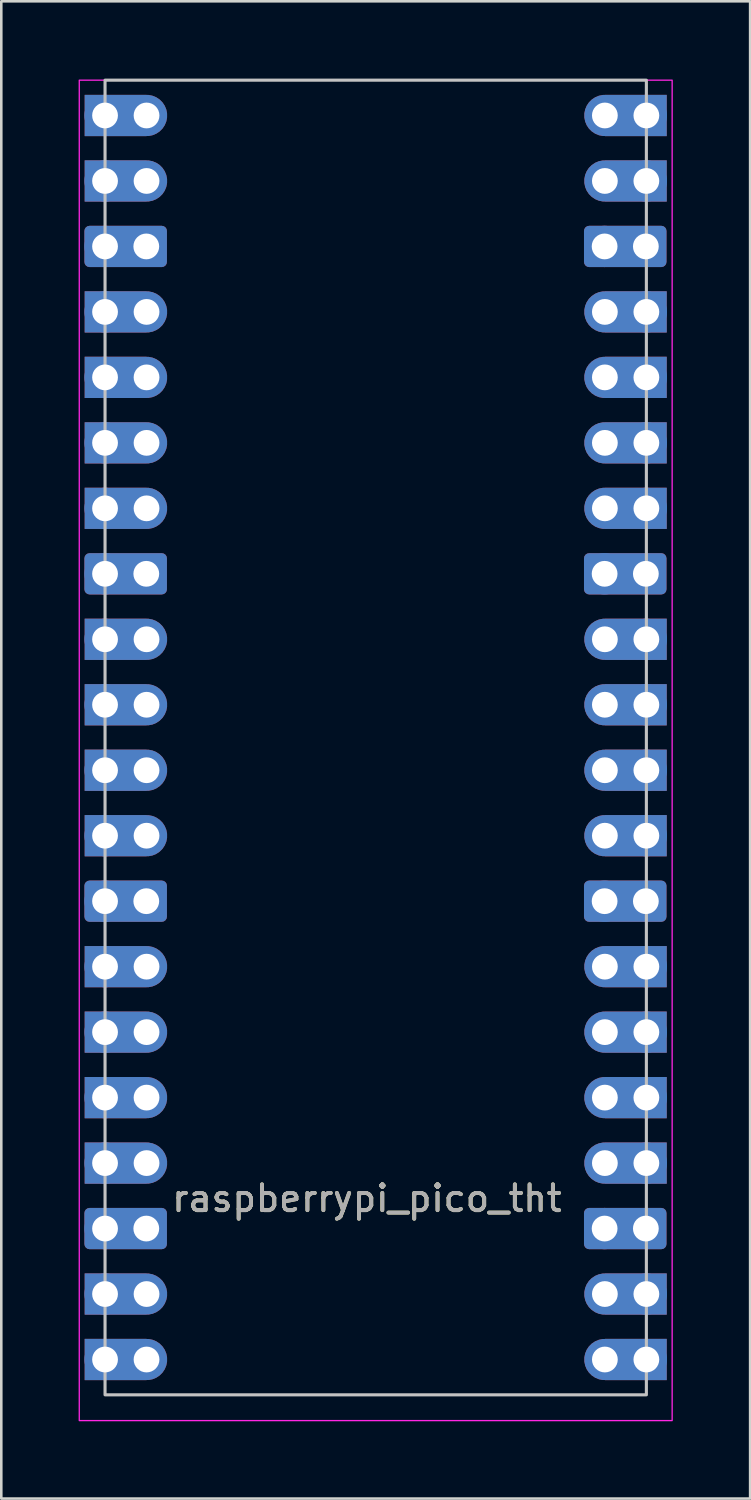
<source format=kicad_pcb>
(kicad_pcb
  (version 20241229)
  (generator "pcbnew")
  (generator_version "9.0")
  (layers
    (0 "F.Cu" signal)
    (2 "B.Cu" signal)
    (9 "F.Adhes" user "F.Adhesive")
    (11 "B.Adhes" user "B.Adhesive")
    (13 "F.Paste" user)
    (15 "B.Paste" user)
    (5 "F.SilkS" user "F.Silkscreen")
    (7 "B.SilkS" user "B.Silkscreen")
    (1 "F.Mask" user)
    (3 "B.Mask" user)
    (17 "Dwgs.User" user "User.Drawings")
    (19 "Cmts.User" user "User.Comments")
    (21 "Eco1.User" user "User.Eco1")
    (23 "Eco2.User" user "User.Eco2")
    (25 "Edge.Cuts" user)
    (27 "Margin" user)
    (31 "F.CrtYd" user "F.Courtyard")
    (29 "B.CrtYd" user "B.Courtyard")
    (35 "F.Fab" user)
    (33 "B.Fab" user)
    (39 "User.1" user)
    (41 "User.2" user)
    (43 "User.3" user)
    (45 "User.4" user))
  (footprint "raspberrypi_pico_tht"
    (layer "F.Cu")
    (at 1.025 51.06)
    (property "Reference" "raspberrypi_pico_tht" (at 10.16 -7.62 0) (unlocked yes) (layer "F.SilkS") (effects (font (size 1 1) (thickness 0.15))))
    (fp_rect (start 0 0) (end 21 -51) (stroke (width 0.12) (type solid)) (fill no) (layer "Dwgs.User"))
    (fp_rect (start -1 1) (end 22 -51) (stroke (width 0.05) (type solid)) (fill no) (layer "F.CrtYd"))
    (fp_text user "${REFERENCE}" (at 10.16 -7.62 0) (unlocked yes) (layer "F.Fab") (effects (font (size 1 1) (thickness 0.15))))
    (pad "1" thru_hole circle (at 0 -49.63) (size 1.6 1.6) (drill 1) (layers "*.Cu" "*.Mask"))
    (pad "1" thru_hole custom (at 1.61 -49.63 270) (size 1.6 1.6) (drill 1) (layers "*.Cu" "*.Mask") (options (anchor circle)) (primitives (gr_poly (pts (xy 0.8 2.4) (xy -0.8 2.4) (xy -0.8 0) (xy 0.8 0)) (width 0) (fill yes))))
    (pad "2" thru_hole circle (at 0 -47.09) (size 1.6 1.6) (drill 1) (layers "*.Cu" "*.Mask"))
    (pad "2" thru_hole custom (at 1.61 -47.09 270) (size 1.6 1.6) (drill 1) (layers "*.Cu" "*.Mask") (options (anchor circle)) (primitives (gr_poly (pts (xy 0.8 2.4) (xy -0.8 2.4) (xy -0.8 0) (xy 0.8 0)) (width 0) (fill yes))))
    (pad "3" thru_hole circle (at 0 -44.55 270) (size 1.6 1.6) (drill 1) (layers "*.Cu" "*.Mask"))
    (pad "3" thru_hole roundrect (at 1.6 -44.55) (size 3.2 1.6) (drill 1 (offset -0.8 0)) (layers "*.Cu" "*.Mask") (roundrect_rratio 0.125))
    (pad "4" thru_hole circle (at 0 -42.01) (size 1.6 1.6) (drill 1) (layers "*.Cu" "*.Mask"))
    (pad "4" thru_hole custom (at 1.61 -42.01 270) (size 1.6 1.6) (drill 1) (layers "*.Cu" "*.Mask") (options (anchor circle)) (primitives (gr_poly (pts (xy 0.8 2.4) (xy -0.8 2.4) (xy -0.8 0) (xy 0.8 0)) (width 0) (fill yes))))
    (pad "5" thru_hole circle (at 0 -39.47) (size 1.6 1.6) (drill 1) (layers "*.Cu" "*.Mask"))
    (pad "5" thru_hole custom (at 1.61 -39.47 270) (size 1.6 1.6) (drill 1) (layers "*.Cu" "*.Mask") (options (anchor circle)) (primitives (gr_poly (pts (xy 0.8 2.4) (xy -0.8 2.4) (xy -0.8 0) (xy 0.8 0)) (width 0) (fill yes))))
    (pad "6" thru_hole circle (at 0 -36.93) (size 1.6 1.6) (drill 1) (layers "*.Cu" "*.Mask"))
    (pad "6" thru_hole custom (at 1.61 -36.93 270) (size 1.6 1.6) (drill 1) (layers "*.Cu" "*.Mask") (options (anchor circle)) (primitives (gr_poly (pts (xy 0.8 2.4) (xy -0.8 2.4) (xy -0.8 0) (xy 0.8 0)) (width 0) (fill yes))))
    (pad "7" thru_hole circle (at 0 -34.39) (size 1.6 1.6) (drill 1) (layers "*.Cu" "*.Mask"))
    (pad "7" thru_hole custom (at 1.61 -34.39 270) (size 1.6 1.6) (drill 1) (layers "*.Cu" "*.Mask") (options (anchor circle)) (primitives (gr_poly (pts (xy 0.8 2.4) (xy -0.8 2.4) (xy -0.8 0) (xy 0.8 0)) (width 0) (fill yes))))
    (pad "8" thru_hole circle (at 0 -31.85 270) (size 1.6 1.6) (drill 1) (layers "*.Cu" "*.Mask"))
    (pad "8" thru_hole roundrect (at 1.6 -31.85) (size 3.2 1.6) (drill 1 (offset -0.8 0)) (layers "*.Cu" "*.Mask") (roundrect_rratio 0.125))
    (pad "9" thru_hole circle (at 0 -29.31) (size 1.6 1.6) (drill 1) (layers "*.Cu" "*.Mask"))
    (pad "9" thru_hole custom (at 1.61 -29.31 270) (size 1.6 1.6) (drill 1) (layers "*.Cu" "*.Mask") (options (anchor circle)) (primitives (gr_poly (pts (xy 0.8 2.4) (xy -0.8 2.4) (xy -0.8 0) (xy 0.8 0)) (width 0) (fill yes))))
    (pad "10" thru_hole circle (at 0 -26.77) (size 1.6 1.6) (drill 1) (layers "*.Cu" "*.Mask"))
    (pad "10" thru_hole custom (at 1.61 -26.77 270) (size 1.6 1.6) (drill 1) (layers "*.Cu" "*.Mask") (options (anchor circle)) (primitives (gr_poly (pts (xy 0.8 2.4) (xy -0.8 2.4) (xy -0.8 0) (xy 0.8 0)) (width 0) (fill yes))))
    (pad "11" thru_hole circle (at 0 -24.23) (size 1.6 1.6) (drill 1) (layers "*.Cu" "*.Mask"))
    (pad "11" thru_hole custom (at 1.61 -24.23 270) (size 1.6 1.6) (drill 1) (layers "*.Cu" "*.Mask") (options (anchor circle)) (primitives (gr_poly (pts (xy 0.8 2.4) (xy -0.8 2.4) (xy -0.8 0) (xy 0.8 0)) (width 0) (fill yes))))
    (pad "12" thru_hole circle (at 0 -21.69) (size 1.6 1.6) (drill 1) (layers "*.Cu" "*.Mask"))
    (pad "12" thru_hole custom (at 1.61 -21.69 270) (size 1.6 1.6) (drill 1) (layers "*.Cu" "*.Mask") (options (anchor circle)) (primitives (gr_poly (pts (xy 0.8 2.4) (xy -0.8 2.4) (xy -0.8 0) (xy 0.8 0)) (width 0) (fill yes))))
    (pad "13" thru_hole circle (at 0 -19.15 270) (size 1.6 1.6) (drill 1) (layers "*.Cu" "*.Mask"))
    (pad "13" thru_hole roundrect (at 1.6 -19.15) (size 3.2 1.6) (drill 1 (offset -0.8 0)) (layers "*.Cu" "*.Mask") (roundrect_rratio 0.125))
    (pad "14" thru_hole circle (at 0 -16.61) (size 1.6 1.6) (drill 1) (layers "*.Cu" "*.Mask"))
    (pad "14" thru_hole custom (at 1.61 -16.61 270) (size 1.6 1.6) (drill 1) (layers "*.Cu" "*.Mask") (options (anchor circle)) (primitives (gr_poly (pts (xy 0.8 2.4) (xy -0.8 2.4) (xy -0.8 0) (xy 0.8 0)) (width 0) (fill yes))))
    (pad "15" thru_hole circle (at 0 -14.07) (size 1.6 1.6) (drill 1) (layers "*.Cu" "*.Mask"))
    (pad "15" thru_hole custom (at 1.61 -14.07 270) (size 1.6 1.6) (drill 1) (layers "*.Cu" "*.Mask") (options (anchor circle)) (primitives (gr_poly (pts (xy 0.8 2.4) (xy -0.8 2.4) (xy -0.8 0) (xy 0.8 0)) (width 0) (fill yes))))
    (pad "16" thru_hole circle (at 0 -11.53) (size 1.6 1.6) (drill 1) (layers "*.Cu" "*.Mask"))
    (pad "16" thru_hole custom (at 1.61 -11.53 270) (size 1.6 1.6) (drill 1) (layers "*.Cu" "*.Mask") (options (anchor circle)) (primitives (gr_poly (pts (xy 0.8 2.4) (xy -0.8 2.4) (xy -0.8 0) (xy 0.8 0)) (width 0) (fill yes))))
    (pad "17" thru_hole circle (at 0 -8.99) (size 1.6 1.6) (drill 1) (layers "*.Cu" "*.Mask"))
    (pad "17" thru_hole custom (at 1.61 -8.99 270) (size 1.6 1.6) (drill 1) (layers "*.Cu" "*.Mask") (options (anchor circle)) (primitives (gr_poly (pts (xy 0.8 2.4) (xy -0.8 2.4) (xy -0.8 0) (xy 0.8 0)) (width 0) (fill yes))))
    (pad "18" thru_hole circle (at 0 -6.45 270) (size 1.6 1.6) (drill 1) (layers "*.Cu" "*.Mask"))
    (pad "18" thru_hole roundrect (at 1.6 -6.45) (size 3.2 1.6) (drill 1 (offset -0.8 0)) (layers "*.Cu" "*.Mask") (roundrect_rratio 0.125))
    (pad "19" thru_hole circle (at 0 -3.91) (size 1.6 1.6) (drill 1) (layers "*.Cu" "*.Mask"))
    (pad "19" thru_hole custom (at 1.61 -3.91 270) (size 1.6 1.6) (drill 1) (layers "*.Cu" "*.Mask") (options (anchor circle)) (primitives (gr_poly (pts (xy 0.8 2.4) (xy -0.8 2.4) (xy -0.8 0) (xy 0.8 0)) (width 0) (fill yes))))
    (pad "20" thru_hole circle (at 0 -1.37) (size 1.6 1.6) (drill 1) (layers "*.Cu" "*.Mask"))
    (pad "20" thru_hole custom (at 1.61 -1.37 270) (size 1.6 1.6) (drill 1) (layers "*.Cu" "*.Mask") (options (anchor circle)) (primitives (gr_poly (pts (xy 0.8 2.4) (xy -0.8 2.4) (xy -0.8 0) (xy 0.8 0)) (width 0) (fill yes))))
    (pad "21" thru_hole custom (at 19.39 -1.37 90) (size 1.6 1.6) (drill 1) (layers "*.Cu" "*.Mask") (options (anchor circle)) (primitives (gr_poly (pts (xy 0.8 2.4) (xy -0.8 2.4) (xy -0.8 0) (xy 0.8 0)) (width 0) (fill yes))))
    (pad "21" thru_hole circle (at 21 -1.37 180) (size 1.6 1.6) (drill 1) (layers "*.Cu" "*.Mask"))
    (pad "22" thru_hole custom (at 19.39 -3.91 90) (size 1.6 1.6) (drill 1) (layers "*.Cu" "*.Mask") (options (anchor circle)) (primitives (gr_poly (pts (xy 0.8 2.4) (xy -0.8 2.4) (xy -0.8 0) (xy 0.8 0)) (width 0) (fill yes))))
    (pad "22" thru_hole circle (at 21 -3.91 180) (size 1.6 1.6) (drill 1) (layers "*.Cu" "*.Mask"))
    (pad "23" thru_hole circle (at 19.38 -6.45 270) (size 1.6 1.6) (drill 1) (layers "*.Cu" "*.Mask"))
    (pad "23" thru_hole roundrect (at 20.98 -6.45) (size 3.2 1.6) (drill 1 (offset -0.8 0)) (layers "*.Cu" "*.Mask") (roundrect_rratio 0.125))
    (pad "24" thru_hole custom (at 19.39 -8.99 90) (size 1.6 1.6) (drill 1) (layers "*.Cu" "*.Mask") (options (anchor circle)) (primitives (gr_poly (pts (xy 0.8 2.4) (xy -0.8 2.4) (xy -0.8 0) (xy 0.8 0)) (width 0) (fill yes))))
    (pad "24" thru_hole circle (at 21 -8.99 180) (size 1.6 1.6) (drill 1) (layers "*.Cu" "*.Mask"))
    (pad "25" thru_hole custom (at 19.39 -11.53 90) (size 1.6 1.6) (drill 1) (layers "*.Cu" "*.Mask") (options (anchor circle)) (primitives (gr_poly (pts (xy 0.8 2.4) (xy -0.8 2.4) (xy -0.8 0) (xy 0.8 0)) (width 0) (fill yes))))
    (pad "25" thru_hole circle (at 21 -11.53 180) (size 1.6 1.6) (drill 1) (layers "*.Cu" "*.Mask"))
    (pad "26" thru_hole custom (at 19.39 -14.07 90) (size 1.6 1.6) (drill 1) (layers "*.Cu" "*.Mask") (options (anchor circle)) (primitives (gr_poly (pts (xy 0.8 2.4) (xy -0.8 2.4) (xy -0.8 0) (xy 0.8 0)) (width 0) (fill yes))))
    (pad "26" thru_hole circle (at 21 -14.07 180) (size 1.6 1.6) (drill 1) (layers "*.Cu" "*.Mask"))
    (pad "27" thru_hole custom (at 19.39 -16.61 90) (size 1.6 1.6) (drill 1) (layers "*.Cu" "*.Mask") (options (anchor circle)) (primitives (gr_poly (pts (xy 0.8 2.4) (xy -0.8 2.4) (xy -0.8 0) (xy 0.8 0)) (width 0) (fill yes))))
    (pad "27" thru_hole circle (at 21 -16.61 180) (size 1.6 1.6) (drill 1) (layers "*.Cu" "*.Mask"))
    (pad "28" thru_hole circle (at 19.38 -19.15 270) (size 1.6 1.6) (drill 1) (layers "*.Cu" "*.Mask"))
    (pad "28" thru_hole roundrect (at 20.98 -19.15) (size 3.2 1.6) (drill 1 (offset -0.8 0)) (layers "*.Cu" "*.Mask") (roundrect_rratio 0.125))
    (pad "29" thru_hole custom (at 19.39 -21.69 90) (size 1.6 1.6) (drill 1) (layers "*.Cu" "*.Mask") (options (anchor circle)) (primitives (gr_poly (pts (xy 0.8 2.4) (xy -0.8 2.4) (xy -0.8 0) (xy 0.8 0)) (width 0) (fill yes))))
    (pad "29" thru_hole circle (at 21 -21.69 180) (size 1.6 1.6) (drill 1) (layers "*.Cu" "*.Mask"))
    (pad "30" thru_hole custom (at 19.39 -24.23 90) (size 1.6 1.6) (drill 1) (layers "*.Cu" "*.Mask") (options (anchor circle)) (primitives (gr_poly (pts (xy 0.8 2.4) (xy -0.8 2.4) (xy -0.8 0) (xy 0.8 0)) (width 0) (fill yes))))
    (pad "30" thru_hole circle (at 21 -24.23 180) (size 1.6 1.6) (drill 1) (layers "*.Cu" "*.Mask"))
    (pad "31" thru_hole custom (at 19.39 -26.77 90) (size 1.6 1.6) (drill 1) (layers "*.Cu" "*.Mask") (options (anchor circle)) (primitives (gr_poly (pts (xy 0.8 2.4) (xy -0.8 2.4) (xy -0.8 0) (xy 0.8 0)) (width 0) (fill yes))))
    (pad "31" thru_hole circle (at 21 -26.77 180) (size 1.6 1.6) (drill 1) (layers "*.Cu" "*.Mask"))
    (pad "32" thru_hole custom (at 19.39 -29.31 90) (size 1.6 1.6) (drill 1) (layers "*.Cu" "*.Mask") (options (anchor circle)) (primitives (gr_poly (pts (xy 0.8 2.4) (xy -0.8 2.4) (xy -0.8 0) (xy 0.8 0)) (width 0) (fill yes))))
    (pad "32" thru_hole circle (at 21 -29.31 180) (size 1.6 1.6) (drill 1) (layers "*.Cu" "*.Mask"))
    (pad "33" thru_hole circle (at 19.38 -31.85 270) (size 1.6 1.6) (drill 1) (layers "*.Cu" "*.Mask"))
    (pad "33" thru_hole roundrect (at 20.98 -31.85) (size 3.2 1.6) (drill 1 (offset -0.8 0)) (layers "*.Cu" "*.Mask") (roundrect_rratio 0.125))
    (pad "34" thru_hole custom (at 19.39 -34.39 90) (size 1.6 1.6) (drill 1) (layers "*.Cu" "*.Mask") (options (anchor circle)) (primitives (gr_poly (pts (xy 0.8 2.4) (xy -0.8 2.4) (xy -0.8 0) (xy 0.8 0)) (width 0) (fill yes))))
    (pad "34" thru_hole circle (at 21 -34.39 180) (size 1.6 1.6) (drill 1) (layers "*.Cu" "*.Mask"))
    (pad "35" thru_hole custom (at 19.39 -36.93 90) (size 1.6 1.6) (drill 1) (layers "*.Cu" "*.Mask") (options (anchor circle)) (primitives (gr_poly (pts (xy 0.8 2.4) (xy -0.8 2.4) (xy -0.8 0) (xy 0.8 0)) (width 0) (fill yes))))
    (pad "35" thru_hole circle (at 21 -36.93 180) (size 1.6 1.6) (drill 1) (layers "*.Cu" "*.Mask"))
    (pad "36" thru_hole custom (at 19.39 -39.47 90) (size 1.6 1.6) (drill 1) (layers "*.Cu" "*.Mask") (options (anchor circle)) (primitives (gr_poly (pts (xy 0.8 2.4) (xy -0.8 2.4) (xy -0.8 0) (xy 0.8 0)) (width 0) (fill yes))))
    (pad "36" thru_hole circle (at 21 -39.47 180) (size 1.6 1.6) (drill 1) (layers "*.Cu" "*.Mask"))
    (pad "37" thru_hole custom (at 19.39 -42.01 90) (size 1.6 1.6) (drill 1) (layers "*.Cu" "*.Mask") (options (anchor circle)) (primitives (gr_poly (pts (xy 0.8 2.4) (xy -0.8 2.4) (xy -0.8 0) (xy 0.8 0)) (width 0) (fill yes))))
    (pad "37" thru_hole circle (at 21 -42.01 180) (size 1.6 1.6) (drill 1) (layers "*.Cu" "*.Mask"))
    (pad "38" thru_hole circle (at 19.38 -44.55 270) (size 1.6 1.6) (drill 1) (layers "*.Cu" "*.Mask"))
    (pad "38" thru_hole roundrect (at 20.98 -44.55) (size 3.2 1.6) (drill 1 (offset -0.8 0)) (layers "*.Cu" "*.Mask") (roundrect_rratio 0.125))
    (pad "39" thru_hole custom (at 19.39 -47.09 90) (size 1.6 1.6) (drill 1) (layers "*.Cu" "*.Mask") (options (anchor circle)) (primitives (gr_poly (pts (xy 0.8 2.4) (xy -0.8 2.4) (xy -0.8 0) (xy 0.8 0)) (width 0) (fill yes))))
    (pad "39" thru_hole circle (at 21 -47.09 180) (size 1.6 1.6) (drill 1) (layers "*.Cu" "*.Mask"))
    (pad "40" thru_hole custom (at 19.39 -49.63 90) (size 1.6 1.6) (drill 1) (layers "*.Cu" "*.Mask") (options (anchor circle)) (primitives (gr_poly (pts (xy 0.8 2.4) (xy -0.8 2.4) (xy -0.8 0) (xy 0.8 0)) (width 0) (fill yes))))
    (pad "40" thru_hole circle (at 21 -49.63 180) (size 1.6 1.6) (drill 1) (layers "*.Cu" "*.Mask")))
  (gr_rect
    (start -3 -3)
    (end 26.05 55.085)
    (stroke (width 0.1) (type default))
    (fill no)
    (layer "Edge.Cuts")))
</source>
